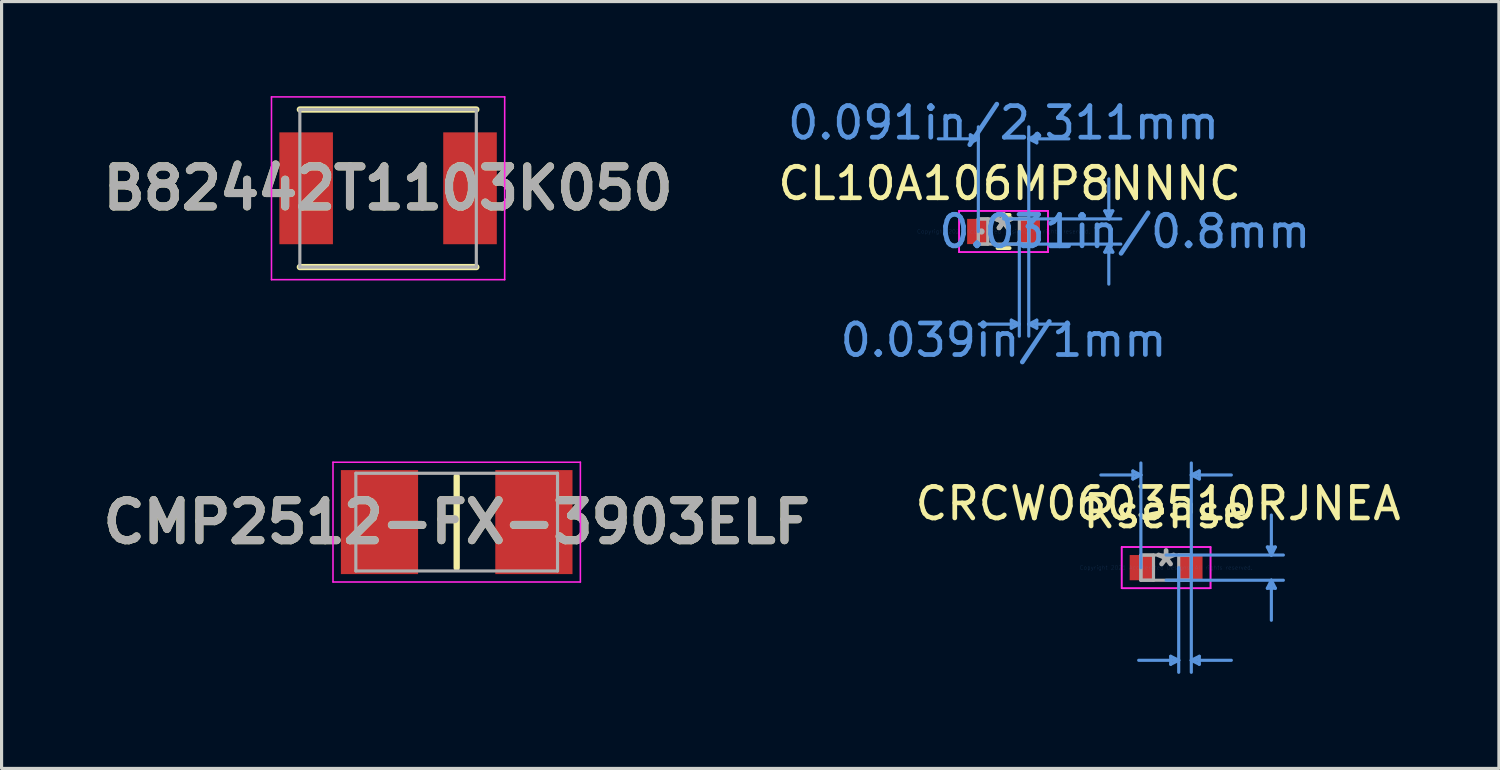
<source format=kicad_pcb>
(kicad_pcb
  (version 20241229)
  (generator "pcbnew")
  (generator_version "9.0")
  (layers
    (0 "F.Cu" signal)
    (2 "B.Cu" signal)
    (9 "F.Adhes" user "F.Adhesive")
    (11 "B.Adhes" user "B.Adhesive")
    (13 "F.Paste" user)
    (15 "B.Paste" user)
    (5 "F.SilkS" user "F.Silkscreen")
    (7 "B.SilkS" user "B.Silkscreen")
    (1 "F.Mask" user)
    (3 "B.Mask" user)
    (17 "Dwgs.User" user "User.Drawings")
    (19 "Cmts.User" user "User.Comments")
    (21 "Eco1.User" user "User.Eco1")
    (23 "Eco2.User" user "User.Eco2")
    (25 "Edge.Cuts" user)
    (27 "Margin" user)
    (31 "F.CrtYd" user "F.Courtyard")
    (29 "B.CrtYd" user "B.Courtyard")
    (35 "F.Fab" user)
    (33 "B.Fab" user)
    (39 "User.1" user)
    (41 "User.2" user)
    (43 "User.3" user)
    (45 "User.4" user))
  (footprint "CMP2512-FX-3903ELF"
    (layer "F.Cu")
    (at 11.442 13.518)
    (property "Reference" "CMP2512-FX-3903ELF" (at 0 0 0) (layer "F.SilkS") (effects (font (size 1.27 1.27) (thickness 0.254))))
    (attr smd)
    (fp_line (start 0 -1.45) (end 0 1.45) (stroke (width 0.2) (type solid)) (layer "F.SilkS"))
    (fp_line (start -3.925 -1.9) (end 3.925 -1.9) (stroke (width 0.05) (type solid)) (layer "F.CrtYd"))
    (fp_line (start -3.925 1.9) (end -3.925 -1.9) (stroke (width 0.05) (type solid)) (layer "F.CrtYd"))
    (fp_line (start 3.925 -1.9) (end 3.925 1.9) (stroke (width 0.05) (type solid)) (layer "F.CrtYd"))
    (fp_line (start 3.925 1.9) (end -3.925 1.9) (stroke (width 0.05) (type solid)) (layer "F.CrtYd"))
    (fp_line (start -3.2 -1.55) (end 3.2 -1.55) (stroke (width 0.1) (type solid)) (layer "F.Fab"))
    (fp_line (start -3.2 1.55) (end -3.2 -1.55) (stroke (width 0.1) (type solid)) (layer "F.Fab"))
    (fp_line (start 3.2 -1.55) (end 3.2 1.55) (stroke (width 0.1) (type solid)) (layer "F.Fab"))
    (fp_line (start 3.2 1.55) (end -3.2 1.55) (stroke (width 0.1) (type solid)) (layer "F.Fab"))
    (fp_text user "${REFERENCE}" (at 0 0 0) (layer "F.Fab") (effects (font (size 1.27 1.27) (thickness 0.254))))
    (pad "1" smd rect (at -2.45 0) (size 2.45 3.3) (layers "F.Cu" "F.Mask" "F.Paste"))
    (pad "2" smd rect (at 2.45 0) (size 2.45 3.3) (layers "F.Cu" "F.Mask" "F.Paste")))
  (footprint "B82442T1103K050"
    (layer "F.Cu")
    (at 9.265 2.925)
    (property "Reference" "B82442T1103K050" (at 0 0 0) (layer "F.SilkS") (effects (font (size 1.27 1.27) (thickness 0.254))))
    (attr smd)
    (fp_line (start -2.8 2.5) (end 2.8 2.5) (stroke (width 0.2) (type solid)) (layer "F.SilkS"))
    (fp_line (start 2.8 -2.5) (end -2.8 -2.5) (stroke (width 0.2) (type solid)) (layer "F.SilkS"))
    (fp_line (start -3.7 -2.9) (end 3.7 -2.9) (stroke (width 0.05) (type solid)) (layer "F.CrtYd"))
    (fp_line (start -3.7 2.9) (end -3.7 -2.9) (stroke (width 0.05) (type solid)) (layer "F.CrtYd"))
    (fp_line (start 3.7 -2.9) (end 3.7 2.9) (stroke (width 0.05) (type solid)) (layer "F.CrtYd"))
    (fp_line (start 3.7 2.9) (end -3.7 2.9) (stroke (width 0.05) (type solid)) (layer "F.CrtYd"))
    (fp_line (start -2.8 -2.5) (end 2.8 -2.5) (stroke (width 0.1) (type solid)) (layer "F.Fab"))
    (fp_line (start -2.8 2.5) (end -2.8 -2.5) (stroke (width 0.1) (type solid)) (layer "F.Fab"))
    (fp_line (start 2.8 -2.5) (end 2.8 2.5) (stroke (width 0.1) (type solid)) (layer "F.Fab"))
    (fp_line (start 2.8 2.5) (end -2.8 2.5) (stroke (width 0.1) (type solid)) (layer "F.Fab"))
    (fp_text user "${REFERENCE}" (at 0 0 0) (layer "F.Fab") (effects (font (size 1.27 1.27) (thickness 0.254))))
    (pad "1" smd rect (at -2.6 0) (size 1.7 3.55) (layers "F.Cu" "F.Mask" "F.Paste"))
    (pad "2" smd rect (at 2.6 0) (size 1.7 3.55) (layers "F.Cu" "F.Mask" "F.Paste")))
  (footprint "CRCW0603510RJNEA"
    (layer "F.Cu")
    (at 33.954 14.963)
    (property "Reference" "CRCW0603510RJNEA" (at -0.254 -2.032 0) (layer "F.SilkS") (effects (font (size 1 1) (thickness 0.15))))
    (attr through_hole)
    (fp_line (start -1.054 -3.067) (end -1.054 -2.813) (stroke (width 0.1) (type solid)) (layer "Cmts.User"))
    (fp_line (start -0.8 -2.94) (end -2.07 -2.94) (stroke (width 0.1) (type solid)) (layer "Cmts.User"))
    (fp_line (start -0.8 -2.94) (end -1.054 -3.067) (stroke (width 0.1) (type solid)) (layer "Cmts.User"))
    (fp_line (start -0.8 -2.94) (end -1.054 -2.813) (stroke (width 0.1) (type solid)) (layer "Cmts.User"))
    (fp_line (start -0.8 0) (end -0.8 -3.321) (stroke (width 0.1) (type solid)) (layer "Cmts.User"))
    (fp_line (start 0 -0.4) (end 3.721 -0.4) (stroke (width 0.1) (type solid)) (layer "Cmts.User"))
    (fp_line (start 0 0.4) (end 3.721 0.4) (stroke (width 0.1) (type solid)) (layer "Cmts.User"))
    (fp_line (start 0.146 2.813) (end 0.146 3.067) (stroke (width 0.1) (type solid)) (layer "Cmts.User"))
    (fp_line (start 0.4 0) (end 0.4 3.321) (stroke (width 0.1) (type solid)) (layer "Cmts.User"))
    (fp_line (start 0.4 2.94) (end -0.87 2.94) (stroke (width 0.1) (type solid)) (layer "Cmts.User"))
    (fp_line (start 0.4 2.94) (end 0.146 2.813) (stroke (width 0.1) (type solid)) (layer "Cmts.User"))
    (fp_line (start 0.4 2.94) (end 0.146 3.067) (stroke (width 0.1) (type solid)) (layer "Cmts.User"))
    (fp_line (start 0.8 -2.94) (end 1.054 -3.067) (stroke (width 0.1) (type solid)) (layer "Cmts.User"))
    (fp_line (start 0.8 -2.94) (end 1.054 -2.813) (stroke (width 0.1) (type solid)) (layer "Cmts.User"))
    (fp_line (start 0.8 -2.94) (end 2.07 -2.94) (stroke (width 0.1) (type solid)) (layer "Cmts.User"))
    (fp_line (start 0.8 0) (end 0.8 -3.321) (stroke (width 0.1) (type solid)) (layer "Cmts.User"))
    (fp_line (start 0.8 0) (end 0.8 3.321) (stroke (width 0.1) (type solid)) (layer "Cmts.User"))
    (fp_line (start 0.8 2.94) (end 1.054 2.813) (stroke (width 0.1) (type solid)) (layer "Cmts.User"))
    (fp_line (start 0.8 2.94) (end 1.054 3.067) (stroke (width 0.1) (type solid)) (layer "Cmts.User"))
    (fp_line (start 0.8 2.94) (end 2.07 2.94) (stroke (width 0.1) (type solid)) (layer "Cmts.User"))
    (fp_line (start 1.054 -3.067) (end 1.054 -2.813) (stroke (width 0.1) (type solid)) (layer "Cmts.User"))
    (fp_line (start 1.054 2.813) (end 1.054 3.067) (stroke (width 0.1) (type solid)) (layer "Cmts.User"))
    (fp_line (start 3.213 -0.654) (end 3.467 -0.654) (stroke (width 0.1) (type solid)) (layer "Cmts.User"))
    (fp_line (start 3.213 0.654) (end 3.467 0.654) (stroke (width 0.1) (type solid)) (layer "Cmts.User"))
    (fp_line (start 3.34 -0.4) (end 3.213 -0.654) (stroke (width 0.1) (type solid)) (layer "Cmts.User"))
    (fp_line (start 3.34 -0.4) (end 3.34 -1.67) (stroke (width 0.1) (type solid)) (layer "Cmts.User"))
    (fp_line (start 3.34 -0.4) (end 3.467 -0.654) (stroke (width 0.1) (type solid)) (layer "Cmts.User"))
    (fp_line (start 3.34 0.4) (end 3.213 0.654) (stroke (width 0.1) (type solid)) (layer "Cmts.User"))
    (fp_line (start 3.34 0.4) (end 3.34 1.67) (stroke (width 0.1) (type solid)) (layer "Cmts.User"))
    (fp_line (start 3.34 0.4) (end 3.467 0.654) (stroke (width 0.1) (type solid)) (layer "Cmts.User"))
    (fp_line (start -1.41 -0.654) (end 1.41 -0.654) (stroke (width 0.05) (type solid)) (layer "F.CrtYd"))
    (fp_line (start -1.41 -0.654) (end 1.41 -0.654) (stroke (width 0.05) (type solid)) (layer "F.CrtYd"))
    (fp_line (start -1.41 0.654) (end -1.41 -0.654) (stroke (width 0.05) (type solid)) (layer "F.CrtYd"))
    (fp_line (start -1.41 0.654) (end -1.41 -0.654) (stroke (width 0.05) (type solid)) (layer "F.CrtYd"))
    (fp_line (start 1.41 -0.654) (end 1.41 0.654) (stroke (width 0.05) (type solid)) (layer "F.CrtYd"))
    (fp_line (start 1.41 -0.654) (end 1.41 0.654) (stroke (width 0.05) (type solid)) (layer "F.CrtYd"))
    (fp_line (start 1.41 0.654) (end -1.41 0.654) (stroke (width 0.05) (type solid)) (layer "F.CrtYd"))
    (fp_line (start 1.41 0.654) (end -1.41 0.654) (stroke (width 0.05) (type solid)) (layer "F.CrtYd"))
    (fp_line (start -0.8 -0.4) (end -0.8 0.4) (stroke (width 0.1) (type solid)) (layer "F.Fab"))
    (fp_line (start -0.8 -0.4) (end -0.8 0.4) (stroke (width 0.1) (type solid)) (layer "F.Fab"))
    (fp_line (start -0.8 0.4) (end -0.4 0.4) (stroke (width 0.1) (type solid)) (layer "F.Fab"))
    (fp_line (start -0.8 0.4) (end 0.8 0.4) (stroke (width 0.1) (type solid)) (layer "F.Fab"))
    (fp_line (start -0.4 -0.4) (end -0.8 -0.4) (stroke (width 0.1) (type solid)) (layer "F.Fab"))
    (fp_line (start -0.4 0.4) (end -0.4 -0.4) (stroke (width 0.1) (type solid)) (layer "F.Fab"))
    (fp_line (start 0.4 -0.4) (end 0.4 0.4) (stroke (width 0.1) (type solid)) (layer "F.Fab"))
    (fp_line (start 0.4 0.4) (end 0.8 0.4) (stroke (width 0.1) (type solid)) (layer "F.Fab"))
    (fp_line (start 0.8 -0.4) (end -0.8 -0.4) (stroke (width 0.1) (type solid)) (layer "F.Fab"))
    (fp_line (start 0.8 -0.4) (end 0.4 -0.4) (stroke (width 0.1) (type solid)) (layer "F.Fab"))
    (fp_line (start 0.8 0.4) (end 0.8 -0.4) (stroke (width 0.1) (type solid)) (layer "F.Fab"))
    (fp_line (start 0.8 0.4) (end 0.8 -0.4) (stroke (width 0.1) (type solid)) (layer "F.Fab"))
    (fp_text user "Rsense" (at 0 -1.778 0) (layer "F.SilkS") (effects (font (size 1 1) (thickness 0.15))))
    (fp_text user "Copyright 2021 Accelerated Designs. All rights reserved." (at 0 0 0) (layer "Cmts.User") (effects (font (size 0.127 0.127) (thickness 0.002))))
    (fp_text user "*" (at 0 0 0) (layer "F.Fab") (effects (font (size 1 1) (thickness 0.15))))
    (pad "1" smd rect (at -0.778 0) (size 0.756 0.8) (layers "F.Cu" "F.Mask" "F.Paste"))
    (pad "2" smd rect (at 0.778 0) (size 0.756 0.8) (layers "F.Cu" "F.Mask" "F.Paste")))
  (footprint "CL10A106MP8NNNC"
    (layer "F.Cu")
    (at 28.796 4.296)
    (property "Reference" "CL10A106MP8NNNC" (at 0.192 -1.524 0) (layer "F.SilkS") (effects (font (size 1 1) (thickness 0.15))))
    (attr through_hole)
    (fp_line (start -0.192 0.527) (end 0.192 0.527) (stroke (width 0.12) (type solid)) (layer "F.SilkS"))
    (fp_line (start 0.192 -0.527) (end -0.192 -0.527) (stroke (width 0.12) (type solid)) (layer "F.SilkS"))
    (fp_line (start -1.054 -3.067) (end -1.054 -2.813) (stroke (width 0.1) (type solid)) (layer "Cmts.User"))
    (fp_line (start -0.8 -2.94) (end -2.07 -2.94) (stroke (width 0.1) (type solid)) (layer "Cmts.User"))
    (fp_line (start -0.8 -2.94) (end -1.054 -3.067) (stroke (width 0.1) (type solid)) (layer "Cmts.User"))
    (fp_line (start -0.8 -2.94) (end -1.054 -2.813) (stroke (width 0.1) (type solid)) (layer "Cmts.User"))
    (fp_line (start -0.8 0) (end -0.8 -3.321) (stroke (width 0.1) (type solid)) (layer "Cmts.User"))
    (fp_line (start 0 -0.4) (end 3.721 -0.4) (stroke (width 0.1) (type solid)) (layer "Cmts.User"))
    (fp_line (start 0 0.4) (end 3.721 0.4) (stroke (width 0.1) (type solid)) (layer "Cmts.User"))
    (fp_line (start 0.246 2.813) (end 0.246 3.067) (stroke (width 0.1) (type solid)) (layer "Cmts.User"))
    (fp_line (start 0.5 0) (end 0.5 3.321) (stroke (width 0.1) (type solid)) (layer "Cmts.User"))
    (fp_line (start 0.5 2.94) (end -0.77 2.94) (stroke (width 0.1) (type solid)) (layer "Cmts.User"))
    (fp_line (start 0.5 2.94) (end 0.246 2.813) (stroke (width 0.1) (type solid)) (layer "Cmts.User"))
    (fp_line (start 0.5 2.94) (end 0.246 3.067) (stroke (width 0.1) (type solid)) (layer "Cmts.User"))
    (fp_line (start 0.8 -2.94) (end 1.054 -3.067) (stroke (width 0.1) (type solid)) (layer "Cmts.User"))
    (fp_line (start 0.8 -2.94) (end 1.054 -2.813) (stroke (width 0.1) (type solid)) (layer "Cmts.User"))
    (fp_line (start 0.8 -2.94) (end 2.07 -2.94) (stroke (width 0.1) (type solid)) (layer "Cmts.User"))
    (fp_line (start 0.8 0) (end 0.8 -3.321) (stroke (width 0.1) (type solid)) (layer "Cmts.User"))
    (fp_line (start 0.8 0) (end 0.8 3.321) (stroke (width 0.1) (type solid)) (layer "Cmts.User"))
    (fp_line (start 0.8 2.94) (end 1.054 2.813) (stroke (width 0.1) (type solid)) (layer "Cmts.User"))
    (fp_line (start 0.8 2.94) (end 1.054 3.067) (stroke (width 0.1) (type solid)) (layer "Cmts.User"))
    (fp_line (start 0.8 2.94) (end 2.07 2.94) (stroke (width 0.1) (type solid)) (layer "Cmts.User"))
    (fp_line (start 1.054 -3.067) (end 1.054 -2.813) (stroke (width 0.1) (type solid)) (layer "Cmts.User"))
    (fp_line (start 1.054 2.813) (end 1.054 3.067) (stroke (width 0.1) (type solid)) (layer "Cmts.User"))
    (fp_line (start 3.213 -0.654) (end 3.467 -0.654) (stroke (width 0.1) (type solid)) (layer "Cmts.User"))
    (fp_line (start 3.213 0.654) (end 3.467 0.654) (stroke (width 0.1) (type solid)) (layer "Cmts.User"))
    (fp_line (start 3.34 -0.4) (end 3.213 -0.654) (stroke (width 0.1) (type solid)) (layer "Cmts.User"))
    (fp_line (start 3.34 -0.4) (end 3.34 -1.67) (stroke (width 0.1) (type solid)) (layer "Cmts.User"))
    (fp_line (start 3.34 -0.4) (end 3.467 -0.654) (stroke (width 0.1) (type solid)) (layer "Cmts.User"))
    (fp_line (start 3.34 0.4) (end 3.213 0.654) (stroke (width 0.1) (type solid)) (layer "Cmts.User"))
    (fp_line (start 3.34 0.4) (end 3.34 1.67) (stroke (width 0.1) (type solid)) (layer "Cmts.User"))
    (fp_line (start 3.34 0.4) (end 3.467 0.654) (stroke (width 0.1) (type solid)) (layer "Cmts.User"))
    (fp_line (start -1.41 -0.654) (end 1.41 -0.654) (stroke (width 0.05) (type solid)) (layer "F.CrtYd"))
    (fp_line (start -1.41 -0.654) (end 1.41 -0.654) (stroke (width 0.05) (type solid)) (layer "F.CrtYd"))
    (fp_line (start -1.41 0.654) (end -1.41 -0.654) (stroke (width 0.05) (type solid)) (layer "F.CrtYd"))
    (fp_line (start -1.41 0.654) (end -1.41 -0.654) (stroke (width 0.05) (type solid)) (layer "F.CrtYd"))
    (fp_line (start 1.41 -0.654) (end 1.41 0.654) (stroke (width 0.05) (type solid)) (layer "F.CrtYd"))
    (fp_line (start 1.41 -0.654) (end 1.41 0.654) (stroke (width 0.05) (type solid)) (layer "F.CrtYd"))
    (fp_line (start 1.41 0.654) (end -1.41 0.654) (stroke (width 0.05) (type solid)) (layer "F.CrtYd"))
    (fp_line (start 1.41 0.654) (end -1.41 0.654) (stroke (width 0.05) (type solid)) (layer "F.CrtYd"))
    (fp_line (start -0.8 -0.4) (end -0.8 0.4) (stroke (width 0.1) (type solid)) (layer "F.Fab"))
    (fp_line (start -0.8 -0.4) (end -0.8 0.4) (stroke (width 0.1) (type solid)) (layer "F.Fab"))
    (fp_line (start -0.8 0.4) (end -0.5 0.4) (stroke (width 0.1) (type solid)) (layer "F.Fab"))
    (fp_line (start -0.8 0.4) (end 0.8 0.4) (stroke (width 0.1) (type solid)) (layer "F.Fab"))
    (fp_line (start -0.5 -0.4) (end -0.8 -0.4) (stroke (width 0.1) (type solid)) (layer "F.Fab"))
    (fp_line (start -0.5 0.4) (end -0.5 -0.4) (stroke (width 0.1) (type solid)) (layer "F.Fab"))
    (fp_line (start 0.5 -0.4) (end 0.5 0.4) (stroke (width 0.1) (type solid)) (layer "F.Fab"))
    (fp_line (start 0.5 0.4) (end 0.8 0.4) (stroke (width 0.1) (type solid)) (layer "F.Fab"))
    (fp_line (start 0.8 -0.4) (end -0.8 -0.4) (stroke (width 0.1) (type solid)) (layer "F.Fab"))
    (fp_line (start 0.8 -0.4) (end 0.5 -0.4) (stroke (width 0.1) (type solid)) (layer "F.Fab"))
    (fp_line (start 0.8 0.4) (end 0.8 -0.4) (stroke (width 0.1) (type solid)) (layer "F.Fab"))
    (fp_line (start 0.8 0.4) (end 0.8 -0.4) (stroke (width 0.1) (type solid)) (layer "F.Fab"))
    (fp_circle (center -0.701 0) (end -0.701 0) (stroke (width 0.1) (type solid)) (fill no) (layer "F.Fab"))
    (fp_text user "*" (at 0 0 0) (layer "F.SilkS") (effects (font (size 1 1) (thickness 0.15))))
    (fp_text user "Copyright 2021 Accelerated Designs. All rights reserved." (at 0 0 0) (layer "Cmts.User") (effects (font (size 0.127 0.127) (thickness 0.002))))
    (fp_text user "0.031in/0.8mm" (at 3.848 0 0) (layer "Cmts.User") (effects (font (size 1 1) (thickness 0.15))))
    (fp_text user "0.091in/2.311mm" (at 0 -3.448 0) (layer "Cmts.User") (effects (font (size 1 1) (thickness 0.15))))
    (fp_text user "0.039in/1mm" (at 0 3.448 0) (layer "Cmts.User") (effects (font (size 1 1) (thickness 0.15))))
    (fp_text user "*" (at 0 0 0) (layer "F.Fab") (effects (font (size 1 1) (thickness 0.15))))
    (pad "1" smd rect (at -0.828 0) (size 0.656 0.8) (layers "F.Cu" "F.Mask" "F.Paste"))
    (pad "2" smd rect (at 0.828 0) (size 0.656 0.8) (layers "F.Cu" "F.Mask" "F.Paste")))
  (gr_rect
    (start -3 -3)
    (end 44.515 21.334)
    (stroke (width 0.1) (type default))
    (fill no)
    (layer "Edge.Cuts")))
</source>
